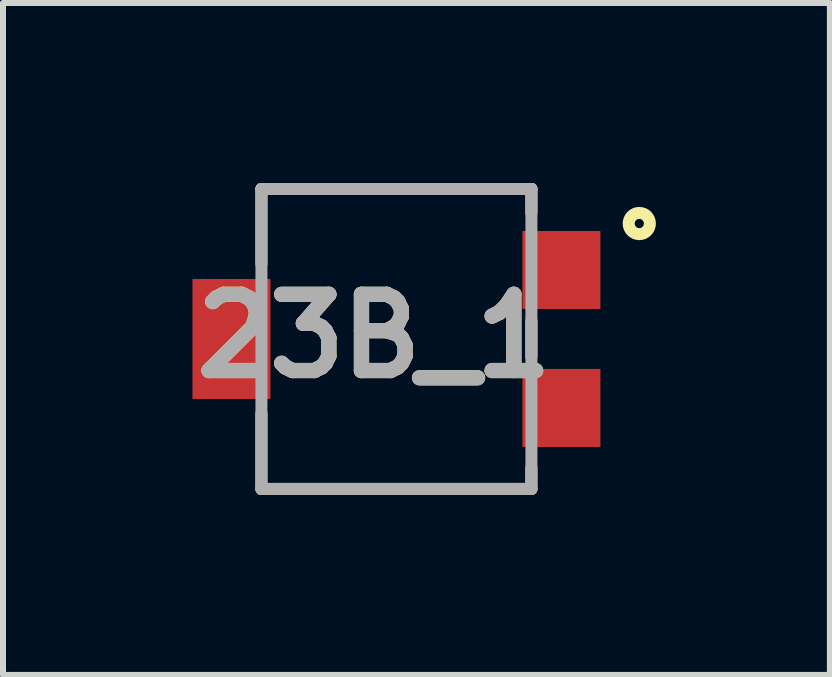
<source format=kicad_pcb>
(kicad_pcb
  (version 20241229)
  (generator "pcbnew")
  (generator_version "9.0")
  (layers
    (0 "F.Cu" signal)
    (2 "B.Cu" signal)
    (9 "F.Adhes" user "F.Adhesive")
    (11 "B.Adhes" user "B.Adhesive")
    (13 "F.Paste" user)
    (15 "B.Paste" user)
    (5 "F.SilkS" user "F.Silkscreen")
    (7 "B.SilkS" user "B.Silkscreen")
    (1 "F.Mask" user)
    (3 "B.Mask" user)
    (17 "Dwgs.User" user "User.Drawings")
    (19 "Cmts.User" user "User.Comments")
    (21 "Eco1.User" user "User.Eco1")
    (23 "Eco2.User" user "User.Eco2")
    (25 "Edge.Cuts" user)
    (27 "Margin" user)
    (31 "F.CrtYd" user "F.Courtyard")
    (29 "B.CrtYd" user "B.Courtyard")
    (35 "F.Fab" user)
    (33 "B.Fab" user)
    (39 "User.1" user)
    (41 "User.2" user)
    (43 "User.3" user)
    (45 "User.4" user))
  (footprint "23B_1"
    (layer "F.Cu")
    (at 3.558 2.6)
    (property "Reference" "23B_1" (at -0.371 -0.048 0) (layer "F.SilkS") (effects (font (size 1.27 1.27) (thickness 0.254))))
    (attr smd)
    (fp_line (start -2.25 -2.5) (end -2.25 -1.25) (stroke (width 0.2) (type solid)) (layer "F.SilkS"))
    (fp_line (start -2.25 -2.5) (end 2.25 -2.5) (stroke (width 0.2) (type solid)) (layer "F.SilkS"))
    (fp_line (start -2.25 2.5) (end -2.25 1.25) (stroke (width 0.2) (type solid)) (layer "F.SilkS"))
    (fp_line (start 2.25 -2.5) (end 2.25 -2.1) (stroke (width 0.2) (type solid)) (layer "F.SilkS"))
    (fp_line (start 2.25 -0.3) (end 2.25 0.3) (stroke (width 0.2) (type solid)) (layer "F.SilkS"))
    (fp_line (start 2.25 2.5) (end -2.25 2.5) (stroke (width 0.2) (type solid)) (layer "F.SilkS"))
    (fp_line (start 2.25 2.5) (end 2.25 2.15) (stroke (width 0.2) (type solid)) (layer "F.SilkS"))
    (fp_circle (center 4.048 -1.924) (end 4.048 -1.847) (stroke (width 0.2) (type solid)) (fill no) (layer "F.SilkS"))
    (fp_line (start -2.25 -2.5) (end 2.25 -2.5) (stroke (width 0.2) (type solid)) (layer "F.Fab"))
    (fp_line (start -2.25 2.5) (end -2.25 -2.5) (stroke (width 0.2) (type solid)) (layer "F.Fab"))
    (fp_line (start 2.25 -2.5) (end 2.25 2.5) (stroke (width 0.2) (type solid)) (layer "F.Fab"))
    (fp_line (start 2.25 2.5) (end -2.25 2.5) (stroke (width 0.2) (type solid)) (layer "F.Fab"))
    (fp_text user "${REFERENCE}" (at -0.371 -0.048 0) (layer "F.Fab") (effects (font (size 1.27 1.27) (thickness 0.254))))
    (pad "1" smd rect (at 2.75 -1.15 90) (size 1.3 1.3) (layers "F.Cu" "F.Mask" "F.Paste"))
    (pad "2" smd rect (at -2.75 0) (size 1.3 2) (layers "F.Cu" "F.Mask" "F.Paste"))
    (pad "3" smd rect (at 2.75 1.15 90) (size 1.3 1.3) (layers "F.Cu" "F.Mask" "F.Paste")))
  (gr_rect
    (start -3 -3)
    (end 10.783 8.2)
    (stroke (width 0.1) (type default))
    (fill no)
    (layer "Edge.Cuts")))
</source>
